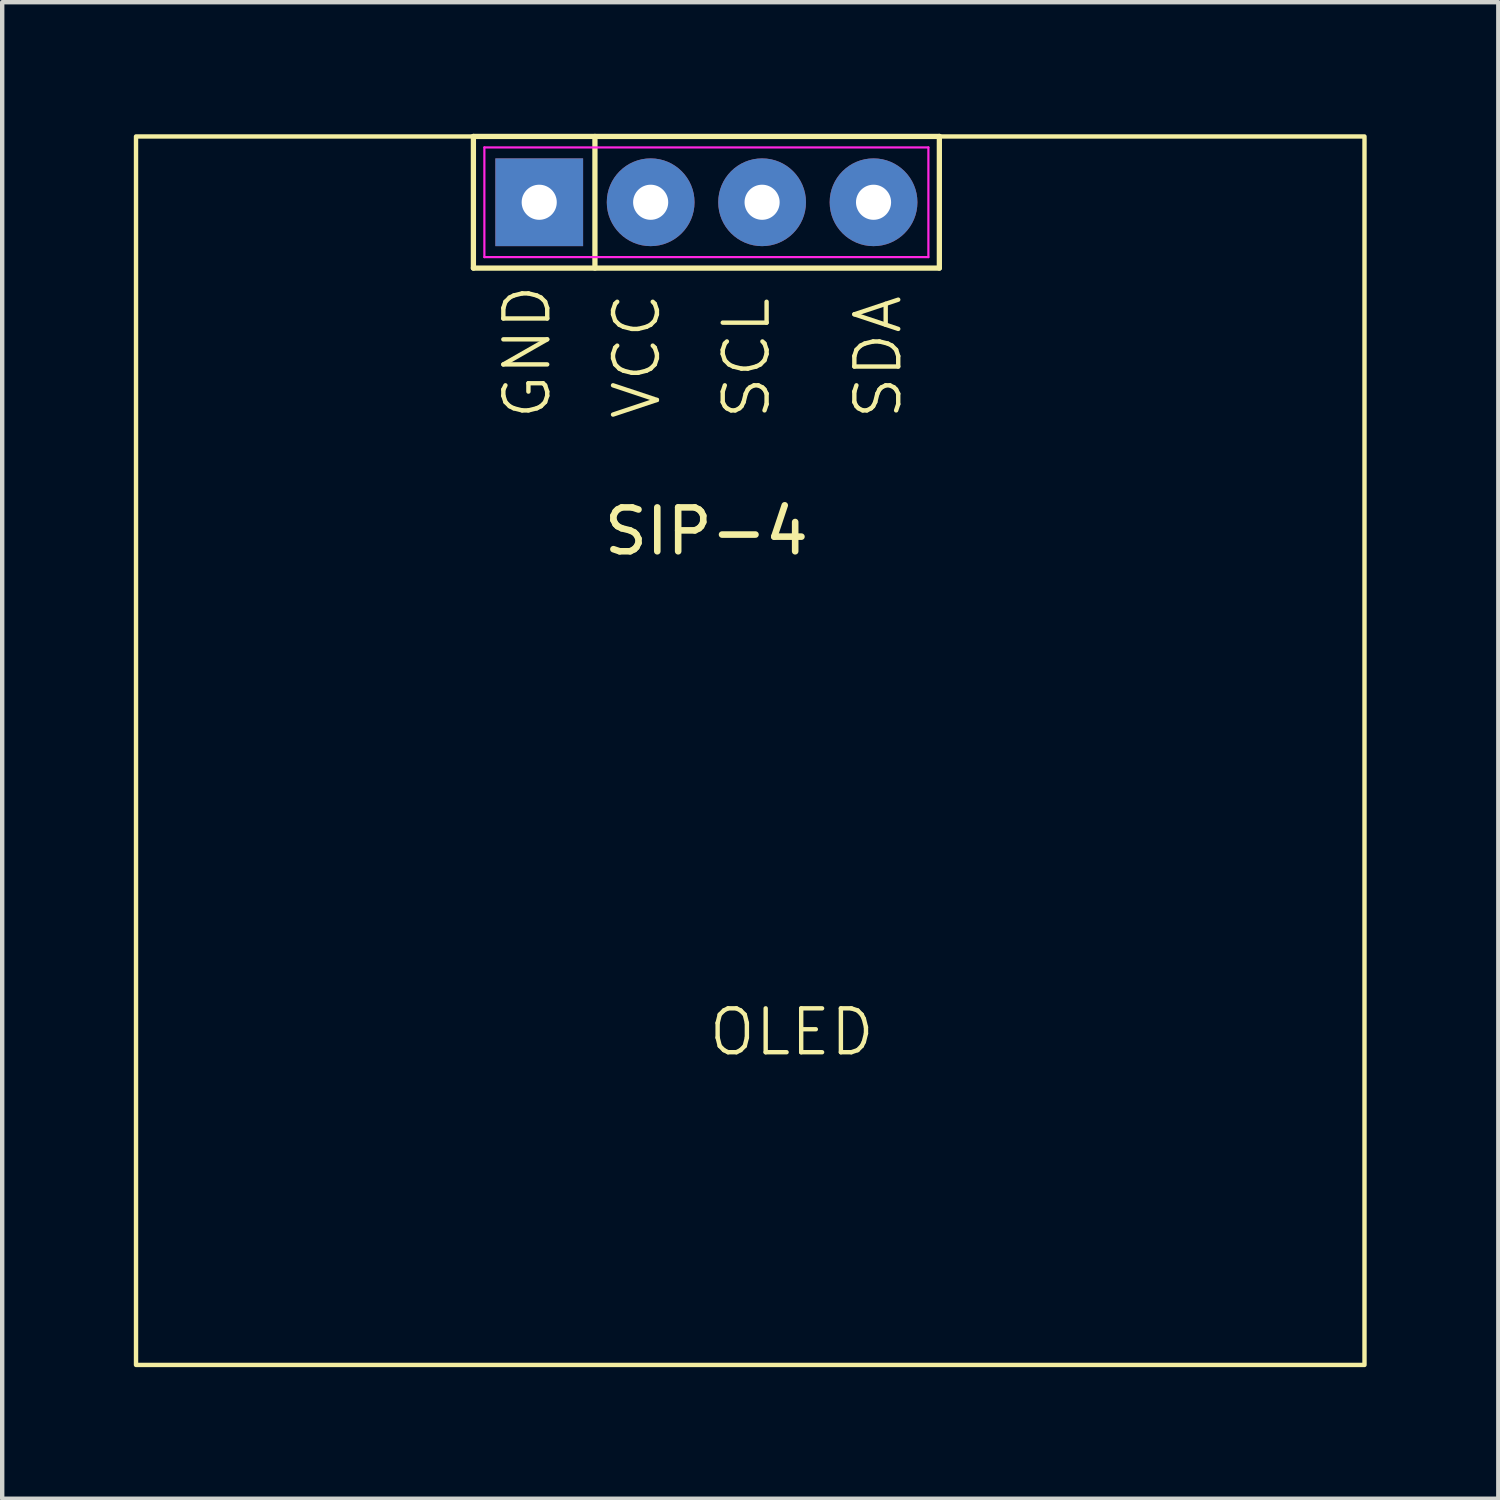
<source format=kicad_pcb>
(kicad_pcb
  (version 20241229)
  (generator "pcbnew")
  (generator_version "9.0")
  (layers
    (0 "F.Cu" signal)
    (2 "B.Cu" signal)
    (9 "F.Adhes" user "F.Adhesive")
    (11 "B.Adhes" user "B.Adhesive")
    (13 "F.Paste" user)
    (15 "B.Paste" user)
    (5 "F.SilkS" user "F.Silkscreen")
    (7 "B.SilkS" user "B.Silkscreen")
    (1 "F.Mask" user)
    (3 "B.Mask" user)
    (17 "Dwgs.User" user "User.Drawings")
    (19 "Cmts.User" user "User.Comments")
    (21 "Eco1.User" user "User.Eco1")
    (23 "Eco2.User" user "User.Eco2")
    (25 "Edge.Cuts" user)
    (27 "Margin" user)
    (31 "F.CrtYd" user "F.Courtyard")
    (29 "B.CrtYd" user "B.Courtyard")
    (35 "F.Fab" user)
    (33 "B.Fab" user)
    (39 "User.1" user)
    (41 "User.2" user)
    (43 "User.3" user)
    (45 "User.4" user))
  (footprint "SIP-4"
    (layer "F.Cu")
    (at 13.05 1.56)
    (property "Reference" "SIP-4" (at 0 7.5 0) (layer "F.SilkS") (effects (font (size 1 1) (thickness 0.15))))
    (attr through_hole)
    (fp_line (start -5.31 -1.5) (end 5.31 -1.5) (stroke (width 0.12) (type default)) (layer "F.SilkS"))
    (fp_line (start -5.31 1.5) (end -5.31 -1.5) (stroke (width 0.12) (type default)) (layer "F.SilkS"))
    (fp_line (start -2.54 -1.5) (end -2.54 1.5) (stroke (width 0.12) (type default)) (layer "F.SilkS"))
    (fp_line (start 5.31 -1.5) (end 5.31 1.5) (stroke (width 0.12) (type default)) (layer "F.SilkS"))
    (fp_line (start 5.31 1.5) (end -5.31 1.5) (stroke (width 0.12) (type default)) (layer "F.SilkS"))
    (fp_rect (start -13 -1.5) (end 15 26.5) (stroke (width 0.1) (type default)) (fill no) (layer "F.SilkS"))
    (fp_line (start -5.06 -1.25) (end 5.06 -1.25) (stroke (width 0.05) (type default)) (layer "F.CrtYd"))
    (fp_line (start -5.06 1.25) (end -5.06 -1.25) (stroke (width 0.05) (type default)) (layer "F.CrtYd"))
    (fp_line (start 5.06 -1.25) (end 5.06 1.25) (stroke (width 0.05) (type default)) (layer "F.CrtYd"))
    (fp_line (start 5.06 1.25) (end -5.06 1.25) (stroke (width 0.05) (type default)) (layer "F.CrtYd"))
    (fp_text user "GND" (at -3.5 5 90) (unlocked yes) (layer "F.SilkS") (effects (font (size 1 1) (thickness 0.1)) (justify left bottom)))
    (fp_text user "SDA" (at 4.5 5 90) (unlocked yes) (layer "F.SilkS") (effects (font (size 1 1) (thickness 0.1)) (justify left bottom)))
    (fp_text user "SCL" (at 1.5 5 90) (unlocked yes) (layer "F.SilkS") (effects (font (size 1 1) (thickness 0.1)) (justify left bottom)))
    (fp_text user "VCC" (at -1 5 90) (unlocked yes) (layer "F.SilkS") (effects (font (size 1 1) (thickness 0.1)) (justify left bottom)))
    (fp_text user "OLED" (at 0 19.5 0) (unlocked yes) (layer "F.SilkS") (effects (font (size 1 1) (thickness 0.1)) (justify left bottom)))
    (pad "1" thru_hole rect (at -3.81 0) (size 2 2) (drill 0.8) (layers "*.Cu" "*.Mask"))
    (pad "2" thru_hole circle (at -1.27 0) (size 2 2) (drill 0.8) (layers "*.Cu" "*.Mask"))
    (pad "3" thru_hole circle (at 1.27 0) (size 2 2) (drill 0.8) (layers "*.Cu" "*.Mask"))
    (pad "4" thru_hole circle (at 3.81 0) (size 2 2) (drill 0.8) (layers "*.Cu" "*.Mask")))
  (gr_rect
    (start -3 -3)
    (end 31.1 31.11)
    (stroke (width 0.1) (type default))
    (fill no)
    (layer "Edge.Cuts")))
</source>
